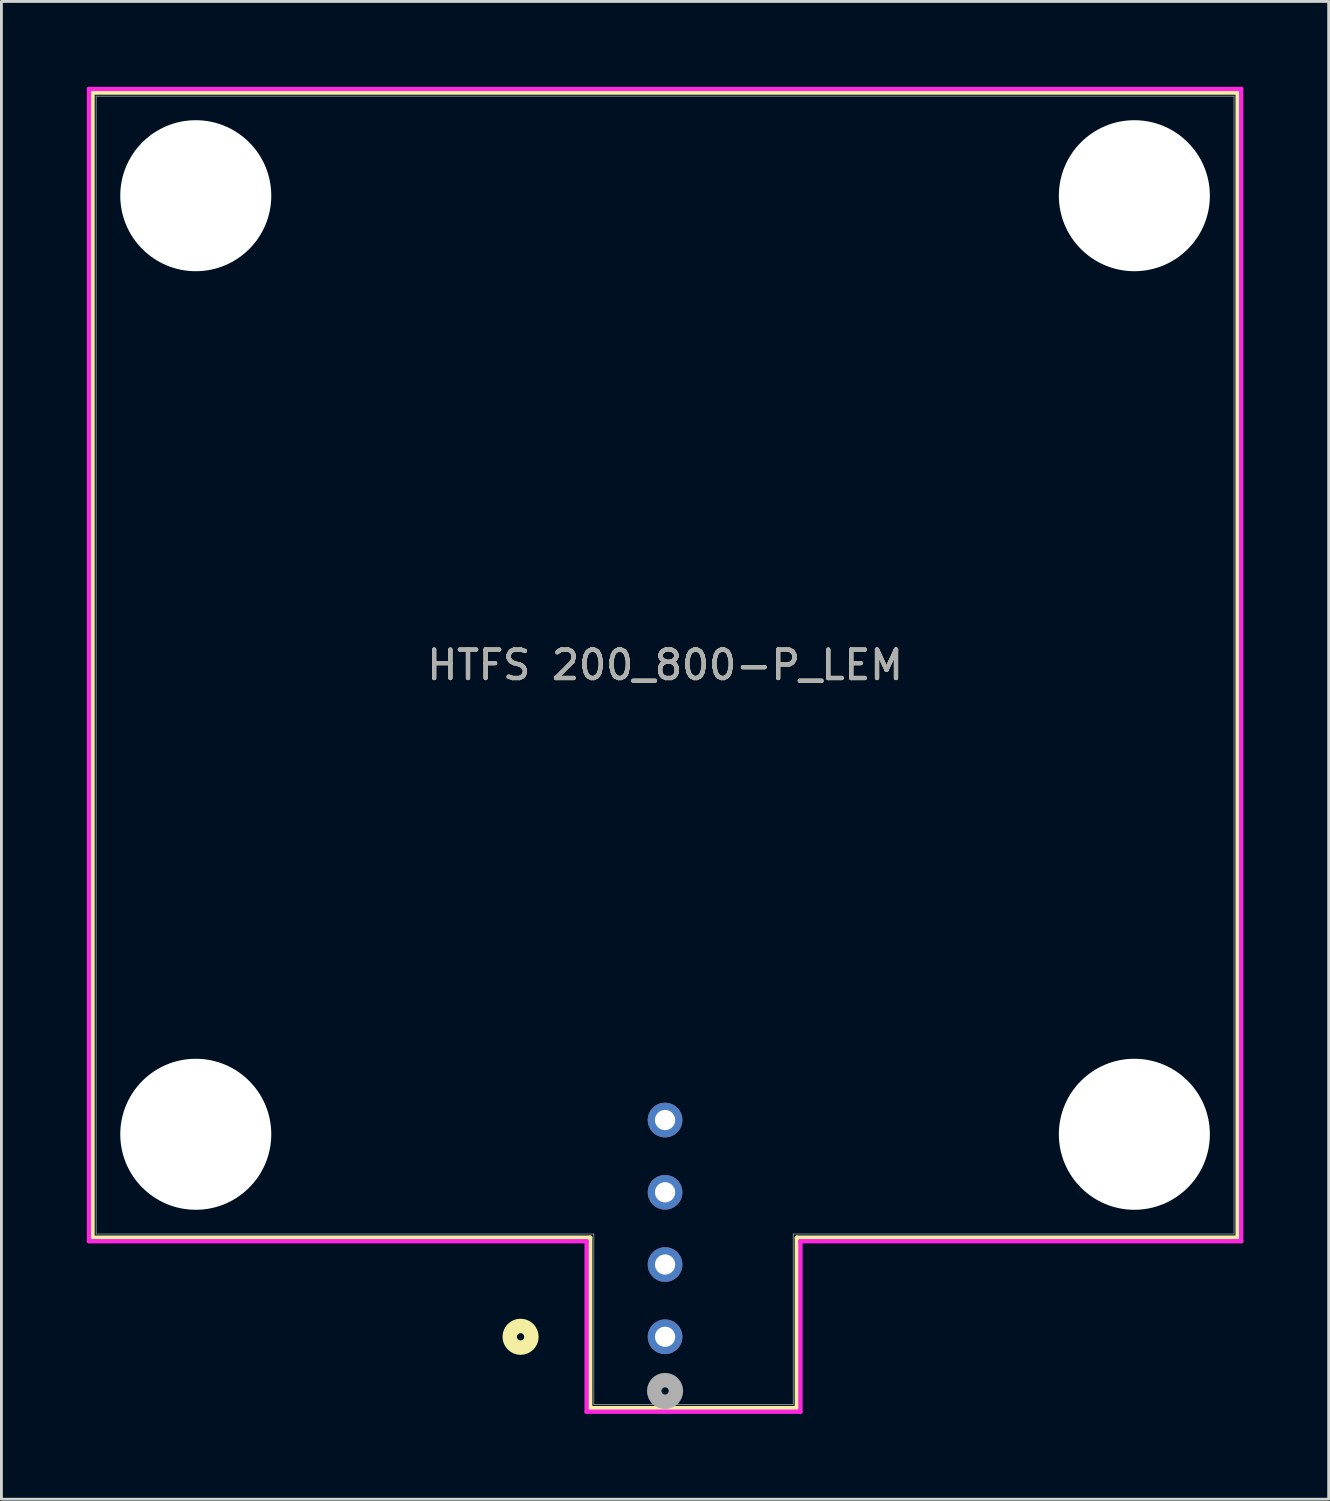
<source format=kicad_pcb>
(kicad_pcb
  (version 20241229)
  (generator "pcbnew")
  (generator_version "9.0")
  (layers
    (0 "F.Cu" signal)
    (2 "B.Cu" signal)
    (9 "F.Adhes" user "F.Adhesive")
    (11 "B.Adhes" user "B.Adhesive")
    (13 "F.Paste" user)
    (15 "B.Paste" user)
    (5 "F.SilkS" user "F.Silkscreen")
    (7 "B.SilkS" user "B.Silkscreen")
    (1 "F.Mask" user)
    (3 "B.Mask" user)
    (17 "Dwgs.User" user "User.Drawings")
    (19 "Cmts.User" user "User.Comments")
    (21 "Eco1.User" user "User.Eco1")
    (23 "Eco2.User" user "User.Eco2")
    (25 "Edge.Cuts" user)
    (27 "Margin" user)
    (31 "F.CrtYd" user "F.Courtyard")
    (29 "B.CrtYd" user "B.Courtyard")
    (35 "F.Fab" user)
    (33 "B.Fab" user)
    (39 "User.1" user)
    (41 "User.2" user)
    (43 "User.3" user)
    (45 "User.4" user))
  (footprint "HTFS 200_800-P_LEM"
    (layer "F.Cu")
    (at 20.333 43.95)
    (property "Reference" "HTFS 200_800-P_LEM" (at 0 -23.617 0) (unlocked yes) (layer "F.SilkS") (effects (font (size 1 1) (thickness 0.15))))
    (attr through_hole)
    (fp_line (start -20.13 -43.746) (end -20.13 -3.487) (stroke (width 0.152) (type solid)) (layer "F.SilkS"))
    (fp_line (start -20.13 -3.487) (end -2.631 -3.487) (stroke (width 0.152) (type solid)) (layer "F.SilkS"))
    (fp_line (start -2.631 -3.487) (end -2.631 2.507) (stroke (width 0.152) (type solid)) (layer "F.SilkS"))
    (fp_line (start -2.631 2.507) (end 4.633 2.507) (stroke (width 0.152) (type solid)) (layer "F.SilkS"))
    (fp_line (start 4.633 -3.487) (end 20.13 -3.487) (stroke (width 0.152) (type solid)) (layer "F.SilkS"))
    (fp_line (start 4.633 2.507) (end 4.633 -3.487) (stroke (width 0.152) (type solid)) (layer "F.SilkS"))
    (fp_line (start 20.13 -43.746) (end -20.13 -43.746) (stroke (width 0.152) (type solid)) (layer "F.SilkS"))
    (fp_line (start 20.13 -3.487) (end 20.13 -43.746) (stroke (width 0.152) (type solid)) (layer "F.SilkS"))
    (fp_circle (center -5.08 0) (end -4.699 0) (stroke (width 0.508) (type solid)) (fill no) (layer "F.SilkS"))
    (fp_line (start -20.256 -43.873) (end -20.256 -3.36) (stroke (width 0.152) (type solid)) (layer "F.CrtYd"))
    (fp_line (start -20.256 -3.36) (end -2.758 -3.36) (stroke (width 0.152) (type solid)) (layer "F.CrtYd"))
    (fp_line (start -2.758 -3.36) (end -2.758 2.634) (stroke (width 0.152) (type solid)) (layer "F.CrtYd"))
    (fp_line (start -2.758 2.634) (end 4.76 2.634) (stroke (width 0.152) (type solid)) (layer "F.CrtYd"))
    (fp_line (start 4.76 -3.36) (end 20.256 -3.36) (stroke (width 0.152) (type solid)) (layer "F.CrtYd"))
    (fp_line (start 4.76 2.634) (end 4.76 -3.36) (stroke (width 0.152) (type solid)) (layer "F.CrtYd"))
    (fp_line (start 20.256 -43.873) (end -20.256 -43.873) (stroke (width 0.152) (type solid)) (layer "F.CrtYd"))
    (fp_line (start 20.256 -3.36) (end 20.256 -43.873) (stroke (width 0.152) (type solid)) (layer "F.CrtYd"))
    (fp_line (start -20.003 -43.619) (end -20.003 -3.614) (stroke (width 0.025) (type solid)) (layer "F.Fab"))
    (fp_line (start -20.003 -3.614) (end -2.504 -3.614) (stroke (width 0.025) (type solid)) (layer "F.Fab"))
    (fp_line (start -2.504 -3.614) (end -2.504 2.38) (stroke (width 0.025) (type solid)) (layer "F.Fab"))
    (fp_line (start -2.504 2.38) (end 4.506 2.38) (stroke (width 0.025) (type solid)) (layer "F.Fab"))
    (fp_line (start 4.506 -3.614) (end 20.003 -3.614) (stroke (width 0.025) (type solid)) (layer "F.Fab"))
    (fp_line (start 4.506 2.38) (end 4.506 -3.614) (stroke (width 0.025) (type solid)) (layer "F.Fab"))
    (fp_line (start 20.003 -43.619) (end -20.003 -43.619) (stroke (width 0.025) (type solid)) (layer "F.Fab"))
    (fp_line (start 20.003 -3.614) (end 20.003 -43.619) (stroke (width 0.025) (type solid)) (layer "F.Fab"))
    (fp_circle (center 0 1.905) (end 0.381 1.905) (stroke (width 0.508) (type solid)) (fill no) (layer "F.Fab"))
    (fp_text user "${REFERENCE}" (at 0 -23.617 0) (unlocked yes) (layer "F.Fab") (effects (font (size 1 1) (thickness 0.15))))
    (pad "" np_thru_hole circle (at -16.5 -40.119) (size 5.309 5.309) (drill 5.309) (layers "*.Cu" "*.Mask"))
    (pad "" np_thru_hole circle (at -16.5 -7.12) (size 5.309 5.309) (drill 5.309) (layers "*.Cu" "*.Mask"))
    (pad "" np_thru_hole circle (at 16.5 -40.119) (size 5.309 5.309) (drill 5.309) (layers "*.Cu" "*.Mask"))
    (pad "" np_thru_hole circle (at 16.5 -7.12) (size 5.309 5.309) (drill 5.309) (layers "*.Cu" "*.Mask"))
    (pad "1" thru_hole circle (at 0 0) (size 1.219 1.219) (drill 0.711) (layers "*.Cu" "*.Mask"))
    (pad "2" thru_hole circle (at 0 -2.54) (size 1.219 1.219) (drill 0.711) (layers "*.Cu" "*.Mask"))
    (pad "3" thru_hole circle (at 0 -5.08) (size 1.219 1.219) (drill 0.711) (layers "*.Cu" "*.Mask"))
    (pad "4" thru_hole circle (at 0 -7.62) (size 1.219 1.219) (drill 0.711) (layers "*.Cu" "*.Mask")))
  (gr_rect
    (start -3 -3)
    (end 43.665 49.66)
    (stroke (width 0.1) (type default))
    (fill no)
    (layer "Edge.Cuts")))
</source>
